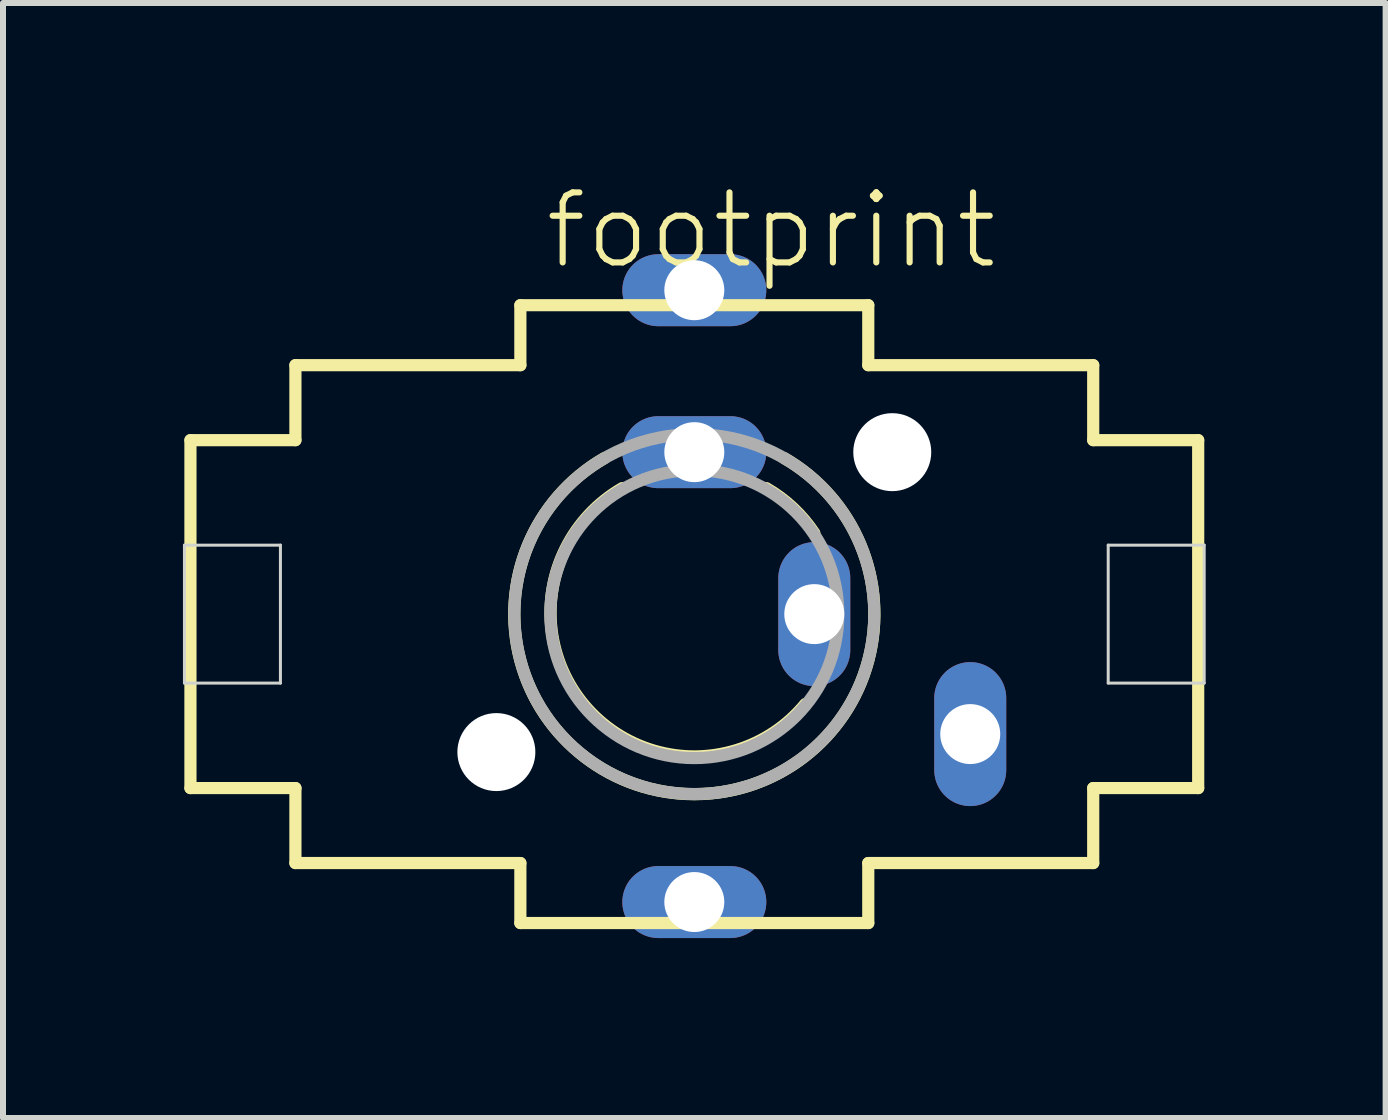
<source format=kicad_pcb>
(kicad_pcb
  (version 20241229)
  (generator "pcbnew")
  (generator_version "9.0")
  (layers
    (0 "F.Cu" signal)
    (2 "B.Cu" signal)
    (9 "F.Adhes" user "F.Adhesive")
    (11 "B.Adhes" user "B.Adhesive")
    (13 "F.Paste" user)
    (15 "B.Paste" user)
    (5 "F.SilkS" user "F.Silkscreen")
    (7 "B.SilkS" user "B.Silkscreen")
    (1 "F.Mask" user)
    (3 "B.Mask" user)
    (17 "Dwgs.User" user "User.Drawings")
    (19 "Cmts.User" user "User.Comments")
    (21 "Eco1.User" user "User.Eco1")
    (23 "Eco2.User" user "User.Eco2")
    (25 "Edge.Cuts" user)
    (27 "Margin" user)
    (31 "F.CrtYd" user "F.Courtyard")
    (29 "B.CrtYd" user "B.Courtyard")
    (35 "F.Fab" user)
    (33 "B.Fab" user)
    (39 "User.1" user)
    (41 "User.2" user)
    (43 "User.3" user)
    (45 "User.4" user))
  (footprint "footprint"
    (layer "F.Cu")
    (at 8.525 7.188)
    (property "Reference" "footprint" (at -2.54 -5.715 0) (layer "F.SilkS") (effects (font (size 1.168 1.168) (thickness 0.102)) (justify left bottom)))
    (fp_line (start -8.4 -2.9) (end -6.65 -2.9) (stroke (width 0.203) (type solid)) (layer "F.SilkS"))
    (fp_line (start -8.4 2.9) (end -8.4 -2.9) (stroke (width 0.203) (type solid)) (layer "F.SilkS"))
    (fp_line (start -6.65 -4.15) (end -2.9 -4.15) (stroke (width 0.203) (type solid)) (layer "F.SilkS"))
    (fp_line (start -6.65 -2.9) (end -6.65 -4.15) (stroke (width 0.203) (type solid)) (layer "F.SilkS"))
    (fp_line (start -6.65 2.9) (end -8.4 2.9) (stroke (width 0.203) (type solid)) (layer "F.SilkS"))
    (fp_line (start -6.65 4.15) (end -6.65 2.9) (stroke (width 0.203) (type solid)) (layer "F.SilkS"))
    (fp_line (start -2.9 -5.15) (end 2.9 -5.15) (stroke (width 0.203) (type solid)) (layer "F.SilkS"))
    (fp_line (start -2.9 -4.15) (end -2.9 -5.15) (stroke (width 0.203) (type solid)) (layer "F.SilkS"))
    (fp_line (start -2.9 4.15) (end -6.65 4.15) (stroke (width 0.203) (type solid)) (layer "F.SilkS"))
    (fp_line (start -2.9 5.15) (end -2.9 4.15) (stroke (width 0.203) (type solid)) (layer "F.SilkS"))
    (fp_line (start 2.9 -5.15) (end 2.9 -4.15) (stroke (width 0.203) (type solid)) (layer "F.SilkS"))
    (fp_line (start 2.9 -4.15) (end 6.65 -4.15) (stroke (width 0.203) (type solid)) (layer "F.SilkS"))
    (fp_line (start 2.9 4.15) (end 2.9 5.15) (stroke (width 0.203) (type solid)) (layer "F.SilkS"))
    (fp_line (start 2.9 5.15) (end -2.9 5.15) (stroke (width 0.203) (type solid)) (layer "F.SilkS"))
    (fp_line (start 6.65 -4.15) (end 6.65 -2.9) (stroke (width 0.203) (type solid)) (layer "F.SilkS"))
    (fp_line (start 6.65 -2.9) (end 8.4 -2.9) (stroke (width 0.203) (type solid)) (layer "F.SilkS"))
    (fp_line (start 6.65 2.9) (end 6.65 4.15) (stroke (width 0.203) (type solid)) (layer "F.SilkS"))
    (fp_line (start 6.65 4.15) (end 2.9 4.15) (stroke (width 0.203) (type solid)) (layer "F.SilkS"))
    (fp_line (start 8.4 -2.9) (end 8.4 2.9) (stroke (width 0.203) (type solid)) (layer "F.SilkS"))
    (fp_line (start 8.4 2.9) (end 6.65 2.9) (stroke (width 0.203) (type solid)) (layer "F.SilkS"))
    (fp_arc (start 1.2 -2.1) (mid 1.643523 -1.771425) (end 2 -1.35) (stroke (width 0.2032) (type solid)) (layer "F.SilkS"))
    (fp_arc (start 1.5 -2.6) (mid 0 3.001666) (end -1.5 -2.6) (stroke (width 0.2032) (type solid)) (layer "F.SilkS"))
    (fp_arc (start 1.85 1.500001) (mid -1.829105 1.525006) (end -1.2 -2.1) (stroke (width 0.2032) (type solid)) (layer "F.SilkS"))
    (fp_line (start -8.5 -1.15) (end -8.5 1.15) (stroke (width 0.05) (type solid)) (layer "Edge.Cuts"))
    (fp_line (start -8.5 -1.15) (end -6.9 -1.15) (stroke (width 0.05) (type solid)) (layer "Edge.Cuts"))
    (fp_line (start -8.5 1.15) (end -6.9 1.15) (stroke (width 0.05) (type solid)) (layer "Edge.Cuts"))
    (fp_line (start -6.9 -1.15) (end -6.9 1.15) (stroke (width 0.05) (type solid)) (layer "Edge.Cuts"))
    (fp_line (start 6.9 -1.15) (end 8.5 -1.15) (stroke (width 0.05) (type solid)) (layer "Edge.Cuts"))
    (fp_line (start 6.9 1.15) (end 6.9 -1.15) (stroke (width 0.05) (type solid)) (layer "Edge.Cuts"))
    (fp_line (start 6.9 1.15) (end 8.5 1.15) (stroke (width 0.05) (type solid)) (layer "Edge.Cuts"))
    (fp_line (start 8.5 1.15) (end 8.5 -1.15) (stroke (width 0.05) (type solid)) (layer "Edge.Cuts"))
    (fp_circle (center 0 0) (end 2.4 0) (stroke (width 0.203) (type solid)) (fill no) (layer "F.Fab"))
    (fp_circle (center 0 0) (end 3 0) (stroke (width 0.203) (type solid)) (fill no) (layer "F.Fab"))
    (pad "" np_thru_hole circle (at -3.3 2.3) (size 1.3 1.3) (drill 1.3) (layers "*.Cu" "*.Mask"))
    (pad "" np_thru_hole circle (at 3.3 -2.7) (size 1.3 1.3) (drill 1.3) (layers "*.Cu" "*.Mask"))
    (pad "1" thru_hole oval (at 0 -5.4 180) (size 2.4 1.2) (drill 1) (layers "*.Cu" "*.Mask"))
    (pad "2" thru_hole oval (at 0 -2.7) (size 2.4 1.2) (drill 1) (layers "*.Cu" "*.Mask"))
    (pad "3" thru_hole oval (at 0 4.8 180) (size 2.4 1.2) (drill 1) (layers "*.Cu" "*.Mask"))
    (pad "4" thru_hole oval (at 2 0 90) (size 2.4 1.2) (drill 1) (layers "*.Cu" "*.Mask"))
    (pad "5" thru_hole oval (at 4.6 2 90) (size 2.4 1.2) (drill 1) (layers "*.Cu" "*.Mask")))
  (gr_rect
    (start -3 -3)
    (end 20.05 15.588)
    (stroke (width 0.1) (type default))
    (fill no)
    (layer "Edge.Cuts")))
</source>
